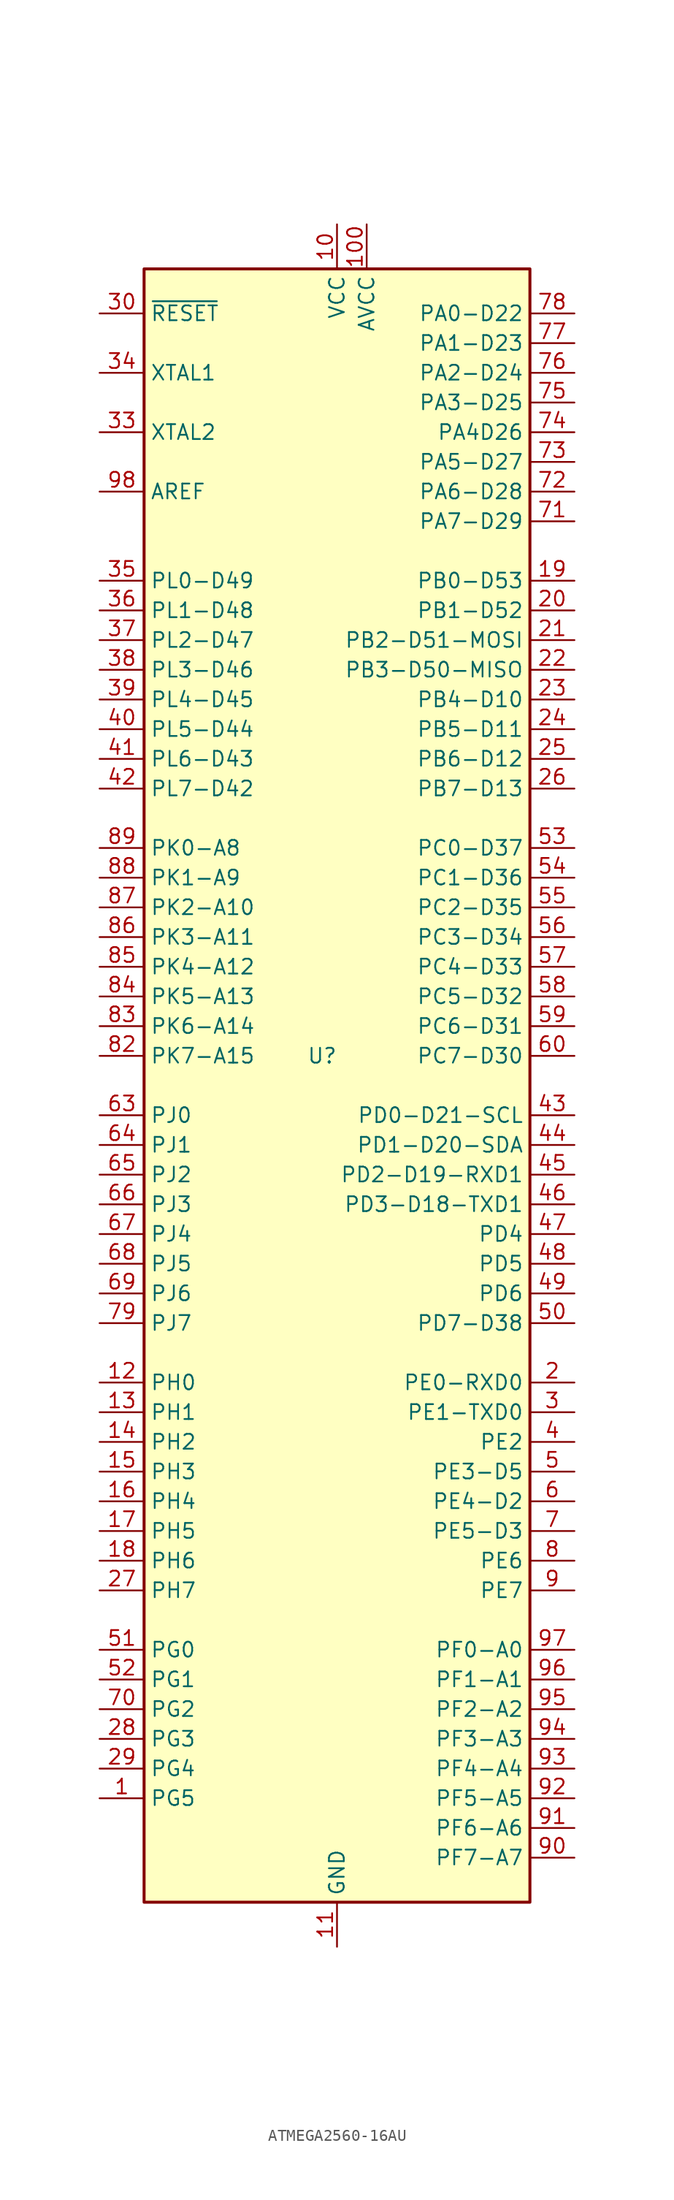
<source format=kicad_sym>
(kicad_symbol_lib
  (version 20231120)
  (generator "kicad_symbol_editor")
  (generator_version "8.0")
  (symbol "ATMEGA2560-16AU"
    (property "Reference" "U"
      (at 0 2.54 0)
      (effects (font (size 1.27 1.27))))
    (property "Value" ""
      (at 0 2.54 0)
      (effects (font (size 1.27 1.27))))
    (symbol "ATMEGA2560-16AU_0_1"
      (rectangle (start -15.24 69.85) (end 17.78 -69.85) (stroke (width 0.254) (type default)) (fill (type background))))
    (symbol "ATMEGA2560-16AU_1_1"
      (pin bidirectional line (at -19.05 -60.96 0) (length 3.81) (name "PG5" (effects (font (size 1.27 1.27)))) (number "1" (effects (font (size 1.27 1.27)))))
      (pin power_in line (at 1.27 73.66 270) (length 3.81) (name "VCC" (effects (font (size 1.27 1.27)))) (number "10" (effects (font (size 1.27 1.27)))))
      (pin power_in line (at 3.81 73.66 270) (length 3.81) (name "AVCC" (effects (font (size 1.27 1.27)))) (number "100" (effects (font (size 1.27 1.27)))))
      (pin power_in line (at 1.27 -73.66 90) (length 3.81) (name "GND" (effects (font (size 1.27 1.27)))) (number "11" (effects (font (size 1.27 1.27)))))
      (pin bidirectional line (at -19.05 -25.4 0) (length 3.81) (name "PH0" (effects (font (size 1.27 1.27)))) (number "12" (effects (font (size 1.27 1.27)))))
      (pin bidirectional line (at -19.05 -27.94 0) (length 3.81) (name "PH1" (effects (font (size 1.27 1.27)))) (number "13" (effects (font (size 1.27 1.27)))))
      (pin bidirectional line (at -19.05 -30.48 0) (length 3.81) (name "PH2" (effects (font (size 1.27 1.27)))) (number "14" (effects (font (size 1.27 1.27)))))
      (pin bidirectional line (at -19.05 -33.02 0) (length 3.81) (name "PH3" (effects (font (size 1.27 1.27)))) (number "15" (effects (font (size 1.27 1.27)))))
      (pin bidirectional line (at -19.05 -35.56 0) (length 3.81) (name "PH4" (effects (font (size 1.27 1.27)))) (number "16" (effects (font (size 1.27 1.27)))))
      (pin bidirectional line (at -19.05 -38.1 0) (length 3.81) (name "PH5" (effects (font (size 1.27 1.27)))) (number "17" (effects (font (size 1.27 1.27)))))
      (pin bidirectional line (at -19.05 -40.64 0) (length 3.81) (name "PH6" (effects (font (size 1.27 1.27)))) (number "18" (effects (font (size 1.27 1.27)))))
      (pin bidirectional line (at 21.59 43.18 180) (length 3.81) (name "PB0-D53" (effects (font (size 1.27 1.27)))) (number "19" (effects (font (size 1.27 1.27)))))
      (pin bidirectional line (at 21.59 -25.4 180) (length 3.81) (name "PE0-RXD0" (effects (font (size 1.27 1.27)))) (number "2" (effects (font (size 1.27 1.27)))))
      (pin bidirectional line (at 21.59 40.64 180) (length 3.81) (name "PB1-D52" (effects (font (size 1.27 1.27)))) (number "20" (effects (font (size 1.27 1.27)))))
      (pin bidirectional line (at 21.59 38.1 180) (length 3.81) (name "PB2-D51-MOSI" (effects (font (size 1.27 1.27)))) (number "21" (effects (font (size 1.27 1.27)))))
      (pin bidirectional line (at 21.59 35.56 180) (length 3.81) (name "PB3-D50-MISO" (effects (font (size 1.27 1.27)))) (number "22" (effects (font (size 1.27 1.27)))))
      (pin bidirectional line (at 21.59 33.02 180) (length 3.81) (name "PB4-D10" (effects (font (size 1.27 1.27)))) (number "23" (effects (font (size 1.27 1.27)))))
      (pin bidirectional line (at 21.59 30.48 180) (length 3.81) (name "PB5-D11" (effects (font (size 1.27 1.27)))) (number "24" (effects (font (size 1.27 1.27)))))
      (pin bidirectional line (at 21.59 27.94 180) (length 3.81) (name "PB6-D12" (effects (font (size 1.27 1.27)))) (number "25" (effects (font (size 1.27 1.27)))))
      (pin bidirectional line (at 21.59 25.4 180) (length 3.81) (name "PB7-D13" (effects (font (size 1.27 1.27)))) (number "26" (effects (font (size 1.27 1.27)))))
      (pin bidirectional line (at -19.05 -43.18 0) (length 3.81) (name "PH7" (effects (font (size 1.27 1.27)))) (number "27" (effects (font (size 1.27 1.27)))))
      (pin bidirectional line (at -19.05 -55.88 0) (length 3.81) (name "PG3" (effects (font (size 1.27 1.27)))) (number "28" (effects (font (size 1.27 1.27)))))
      (pin bidirectional line (at -19.05 -58.42 0) (length 3.81) (name "PG4" (effects (font (size 1.27 1.27)))) (number "29" (effects (font (size 1.27 1.27)))))
      (pin bidirectional line (at 21.59 -27.94 180) (length 3.81) (name "PE1-TXD0" (effects (font (size 1.27 1.27)))) (number "3" (effects (font (size 1.27 1.27)))))
      (pin input line (at -19.05 66.04 0) (length 3.81) (name "~{RESET}" (effects (font (size 1.27 1.27)))) (number "30" (effects (font (size 1.27 1.27)))))
      (pin passive line (at 1.27 73.66 270) (length 3.81) hide (name "VCC" (effects (font (size 1.27 1.27)))) (number "31" (effects (font (size 1.27 1.27)))))
      (pin passive line (at 1.27 -73.66 90) (length 3.81) hide (name "GND" (effects (font (size 1.27 1.27)))) (number "32" (effects (font (size 1.27 1.27)))))
      (pin output line (at -19.05 55.88 0) (length 3.81) (name "XTAL2" (effects (font (size 1.27 1.27)))) (number "33" (effects (font (size 1.27 1.27)))))
      (pin input line (at -19.05 60.96 0) (length 3.81) (name "XTAL1" (effects (font (size 1.27 1.27)))) (number "34" (effects (font (size 1.27 1.27)))))
      (pin bidirectional line (at -19.05 43.18 0) (length 3.81) (name "PL0-D49" (effects (font (size 1.27 1.27)))) (number "35" (effects (font (size 1.27 1.27)))))
      (pin bidirectional line (at -19.05 40.64 0) (length 3.81) (name "PL1-D48" (effects (font (size 1.27 1.27)))) (number "36" (effects (font (size 1.27 1.27)))))
      (pin bidirectional line (at -19.05 38.1 0) (length 3.81) (name "PL2-D47" (effects (font (size 1.27 1.27)))) (number "37" (effects (font (size 1.27 1.27)))))
      (pin bidirectional line (at -19.05 35.56 0) (length 3.81) (name "PL3-D46" (effects (font (size 1.27 1.27)))) (number "38" (effects (font (size 1.27 1.27)))))
      (pin bidirectional line (at -19.05 33.02 0) (length 3.81) (name "PL4-D45" (effects (font (size 1.27 1.27)))) (number "39" (effects (font (size 1.27 1.27)))))
      (pin bidirectional line (at 21.59 -30.48 180) (length 3.81) (name "PE2" (effects (font (size 1.27 1.27)))) (number "4" (effects (font (size 1.27 1.27)))))
      (pin bidirectional line (at -19.05 30.48 0) (length 3.81) (name "PL5-D44" (effects (font (size 1.27 1.27)))) (number "40" (effects (font (size 1.27 1.27)))))
      (pin bidirectional line (at -19.05 27.94 0) (length 3.81) (name "PL6-D43" (effects (font (size 1.27 1.27)))) (number "41" (effects (font (size 1.27 1.27)))))
      (pin bidirectional line (at -19.05 25.4 0) (length 3.81) (name "PL7-D42" (effects (font (size 1.27 1.27)))) (number "42" (effects (font (size 1.27 1.27)))))
      (pin bidirectional line (at 21.59 -2.54 180) (length 3.81) (name "PD0-D21-SCL" (effects (font (size 1.27 1.27)))) (number "43" (effects (font (size 1.27 1.27)))))
      (pin bidirectional line (at 21.59 -5.08 180) (length 3.81) (name "PD1-D20-SDA" (effects (font (size 1.27 1.27)))) (number "44" (effects (font (size 1.27 1.27)))))
      (pin bidirectional line (at 21.59 -7.62 180) (length 3.81) (name "PD2-D19-RXD1" (effects (font (size 1.27 1.27)))) (number "45" (effects (font (size 1.27 1.27)))))
      (pin bidirectional line (at 21.59 -10.16 180) (length 3.81) (name "PD3-D18-TXD1" (effects (font (size 1.27 1.27)))) (number "46" (effects (font (size 1.27 1.27)))))
      (pin bidirectional line (at 21.59 -12.7 180) (length 3.81) (name "PD4" (effects (font (size 1.27 1.27)))) (number "47" (effects (font (size 1.27 1.27)))))
      (pin bidirectional line (at 21.59 -15.24 180) (length 3.81) (name "PD5" (effects (font (size 1.27 1.27)))) (number "48" (effects (font (size 1.27 1.27)))))
      (pin bidirectional line (at 21.59 -17.78 180) (length 3.81) (name "PD6" (effects (font (size 1.27 1.27)))) (number "49" (effects (font (size 1.27 1.27)))))
      (pin bidirectional line (at 21.59 -33.02 180) (length 3.81) (name "PE3-D5" (effects (font (size 1.27 1.27)))) (number "5" (effects (font (size 1.27 1.27)))))
      (pin bidirectional line (at 21.59 -20.32 180) (length 3.81) (name "PD7-D38" (effects (font (size 1.27 1.27)))) (number "50" (effects (font (size 1.27 1.27)))))
      (pin bidirectional line (at -19.05 -48.26 0) (length 3.81) (name "PG0" (effects (font (size 1.27 1.27)))) (number "51" (effects (font (size 1.27 1.27)))))
      (pin bidirectional line (at -19.05 -50.8 0) (length 3.81) (name "PG1" (effects (font (size 1.27 1.27)))) (number "52" (effects (font (size 1.27 1.27)))))
      (pin bidirectional line (at 21.59 20.32 180) (length 3.81) (name "PC0-D37" (effects (font (size 1.27 1.27)))) (number "53" (effects (font (size 1.27 1.27)))))
      (pin bidirectional line (at 21.59 17.78 180) (length 3.81) (name "PC1-D36" (effects (font (size 1.27 1.27)))) (number "54" (effects (font (size 1.27 1.27)))))
      (pin bidirectional line (at 21.59 15.24 180) (length 3.81) (name "PC2-D35" (effects (font (size 1.27 1.27)))) (number "55" (effects (font (size 1.27 1.27)))))
      (pin bidirectional line (at 21.59 12.7 180) (length 3.81) (name "PC3-D34" (effects (font (size 1.27 1.27)))) (number "56" (effects (font (size 1.27 1.27)))))
      (pin bidirectional line (at 21.59 10.16 180) (length 3.81) (name "PC4-D33" (effects (font (size 1.27 1.27)))) (number "57" (effects (font (size 1.27 1.27)))))
      (pin bidirectional line (at 21.59 7.62 180) (length 3.81) (name "PC5-D32" (effects (font (size 1.27 1.27)))) (number "58" (effects (font (size 1.27 1.27)))))
      (pin bidirectional line (at 21.59 5.08 180) (length 3.81) (name "PC6-D31" (effects (font (size 1.27 1.27)))) (number "59" (effects (font (size 1.27 1.27)))))
      (pin bidirectional line (at 21.59 -35.56 180) (length 3.81) (name "PE4-D2" (effects (font (size 1.27 1.27)))) (number "6" (effects (font (size 1.27 1.27)))))
      (pin bidirectional line (at 21.59 2.54 180) (length 3.81) (name "PC7-D30" (effects (font (size 1.27 1.27)))) (number "60" (effects (font (size 1.27 1.27)))))
      (pin passive line (at 1.27 73.66 270) (length 3.81) hide (name "VCC" (effects (font (size 1.27 1.27)))) (number "61" (effects (font (size 1.27 1.27)))))
      (pin passive line (at 1.27 -73.66 90) (length 3.81) hide (name "GND" (effects (font (size 1.27 1.27)))) (number "62" (effects (font (size 1.27 1.27)))))
      (pin bidirectional line (at -19.05 -2.54 0) (length 3.81) (name "PJ0" (effects (font (size 1.27 1.27)))) (number "63" (effects (font (size 1.27 1.27)))))
      (pin bidirectional line (at -19.05 -5.08 0) (length 3.81) (name "PJ1" (effects (font (size 1.27 1.27)))) (number "64" (effects (font (size 1.27 1.27)))))
      (pin bidirectional line (at -19.05 -7.62 0) (length 3.81) (name "PJ2" (effects (font (size 1.27 1.27)))) (number "65" (effects (font (size 1.27 1.27)))))
      (pin bidirectional line (at -19.05 -10.16 0) (length 3.81) (name "PJ3" (effects (font (size 1.27 1.27)))) (number "66" (effects (font (size 1.27 1.27)))))
      (pin bidirectional line (at -19.05 -12.7 0) (length 3.81) (name "PJ4" (effects (font (size 1.27 1.27)))) (number "67" (effects (font (size 1.27 1.27)))))
      (pin bidirectional line (at -19.05 -15.24 0) (length 3.81) (name "PJ5" (effects (font (size 1.27 1.27)))) (number "68" (effects (font (size 1.27 1.27)))))
      (pin bidirectional line (at -19.05 -17.78 0) (length 3.81) (name "PJ6" (effects (font (size 1.27 1.27)))) (number "69" (effects (font (size 1.27 1.27)))))
      (pin bidirectional line (at 21.59 -38.1 180) (length 3.81) (name "PE5-D3" (effects (font (size 1.27 1.27)))) (number "7" (effects (font (size 1.27 1.27)))))
      (pin bidirectional line (at -19.05 -53.34 0) (length 3.81) (name "PG2" (effects (font (size 1.27 1.27)))) (number "70" (effects (font (size 1.27 1.27)))))
      (pin bidirectional line (at 21.59 48.26 180) (length 3.81) (name "PA7-D29" (effects (font (size 1.27 1.27)))) (number "71" (effects (font (size 1.27 1.27)))))
      (pin bidirectional line (at 21.59 50.8 180) (length 3.81) (name "PA6-D28" (effects (font (size 1.27 1.27)))) (number "72" (effects (font (size 1.27 1.27)))))
      (pin bidirectional line (at 21.59 53.34 180) (length 3.81) (name "PA5-D27" (effects (font (size 1.27 1.27)))) (number "73" (effects (font (size 1.27 1.27)))))
      (pin bidirectional line (at 21.59 55.88 180) (length 3.81) (name "PA4D26" (effects (font (size 1.27 1.27)))) (number "74" (effects (font (size 1.27 1.27)))))
      (pin bidirectional line (at 21.59 58.42 180) (length 3.81) (name "PA3-D25" (effects (font (size 1.27 1.27)))) (number "75" (effects (font (size 1.27 1.27)))))
      (pin bidirectional line (at 21.59 60.96 180) (length 3.81) (name "PA2-D24" (effects (font (size 1.27 1.27)))) (number "76" (effects (font (size 1.27 1.27)))))
      (pin bidirectional line (at 21.59 63.5 180) (length 3.81) (name "PA1-D23" (effects (font (size 1.27 1.27)))) (number "77" (effects (font (size 1.27 1.27)))))
      (pin bidirectional line (at 21.59 66.04 180) (length 3.81) (name "PA0-D22" (effects (font (size 1.27 1.27)))) (number "78" (effects (font (size 1.27 1.27)))))
      (pin bidirectional line (at -19.05 -20.32 0) (length 3.81) (name "PJ7" (effects (font (size 1.27 1.27)))) (number "79" (effects (font (size 1.27 1.27)))))
      (pin bidirectional line (at 21.59 -40.64 180) (length 3.81) (name "PE6" (effects (font (size 1.27 1.27)))) (number "8" (effects (font (size 1.27 1.27)))))
      (pin passive line (at 1.27 73.66 270) (length 3.81) hide (name "VCC" (effects (font (size 1.27 1.27)))) (number "80" (effects (font (size 1.27 1.27)))))
      (pin passive line (at 1.27 -73.66 90) (length 3.81) hide (name "GND" (effects (font (size 1.27 1.27)))) (number "81" (effects (font (size 1.27 1.27)))))
      (pin bidirectional line (at -19.05 2.54 0) (length 3.81) (name "PK7-A15" (effects (font (size 1.27 1.27)))) (number "82" (effects (font (size 1.27 1.27)))))
      (pin bidirectional line (at -19.05 5.08 0) (length 3.81) (name "PK6-A14" (effects (font (size 1.27 1.27)))) (number "83" (effects (font (size 1.27 1.27)))))
      (pin bidirectional line (at -19.05 7.62 0) (length 3.81) (name "PK5-A13" (effects (font (size 1.27 1.27)))) (number "84" (effects (font (size 1.27 1.27)))))
      (pin bidirectional line (at -19.05 10.16 0) (length 3.81) (name "PK4-A12" (effects (font (size 1.27 1.27)))) (number "85" (effects (font (size 1.27 1.27)))))
      (pin bidirectional line (at -19.05 12.7 0) (length 3.81) (name "PK3-A11" (effects (font (size 1.27 1.27)))) (number "86" (effects (font (size 1.27 1.27)))))
      (pin bidirectional line (at -19.05 15.24 0) (length 3.81) (name "PK2-A10" (effects (font (size 1.27 1.27)))) (number "87" (effects (font (size 1.27 1.27)))))
      (pin bidirectional line (at -19.05 17.78 0) (length 3.81) (name "PK1-A9" (effects (font (size 1.27 1.27)))) (number "88" (effects (font (size 1.27 1.27)))))
      (pin bidirectional line (at -19.05 20.32 0) (length 3.81) (name "PK0-A8" (effects (font (size 1.27 1.27)))) (number "89" (effects (font (size 1.27 1.27)))))
      (pin bidirectional line (at 21.59 -43.18 180) (length 3.81) (name "PE7" (effects (font (size 1.27 1.27)))) (number "9" (effects (font (size 1.27 1.27)))))
      (pin bidirectional line (at 21.59 -66.04 180) (length 3.81) (name "PF7-A7" (effects (font (size 1.27 1.27)))) (number "90" (effects (font (size 1.27 1.27)))))
      (pin bidirectional line (at 21.59 -63.5 180) (length 3.81) (name "PF6-A6" (effects (font (size 1.27 1.27)))) (number "91" (effects (font (size 1.27 1.27)))))
      (pin bidirectional line (at 21.59 -60.96 180) (length 3.81) (name "PF5-A5" (effects (font (size 1.27 1.27)))) (number "92" (effects (font (size 1.27 1.27)))))
      (pin bidirectional line (at 21.59 -58.42 180) (length 3.81) (name "PF4-A4" (effects (font (size 1.27 1.27)))) (number "93" (effects (font (size 1.27 1.27)))))
      (pin bidirectional line (at 21.59 -55.88 180) (length 3.81) (name "PF3-A3" (effects (font (size 1.27 1.27)))) (number "94" (effects (font (size 1.27 1.27)))))
      (pin bidirectional line (at 21.59 -53.34 180) (length 3.81) (name "PF2-A2" (effects (font (size 1.27 1.27)))) (number "95" (effects (font (size 1.27 1.27)))))
      (pin bidirectional line (at 21.59 -50.8 180) (length 3.81) (name "PF1-A1" (effects (font (size 1.27 1.27)))) (number "96" (effects (font (size 1.27 1.27)))))
      (pin bidirectional line (at 21.59 -48.26 180) (length 3.81) (name "PF0-A0" (effects (font (size 1.27 1.27)))) (number "97" (effects (font (size 1.27 1.27)))))
      (pin passive line (at -19.05 50.8 0) (length 3.81) (name "AREF" (effects (font (size 1.27 1.27)))) (number "98" (effects (font (size 1.27 1.27)))))
      (pin passive line (at 1.27 -73.66 90) (length 3.81) hide (name "GND" (effects (font (size 1.27 1.27)))) (number "99" (effects (font (size 1.27 1.27))))))))
</source>
